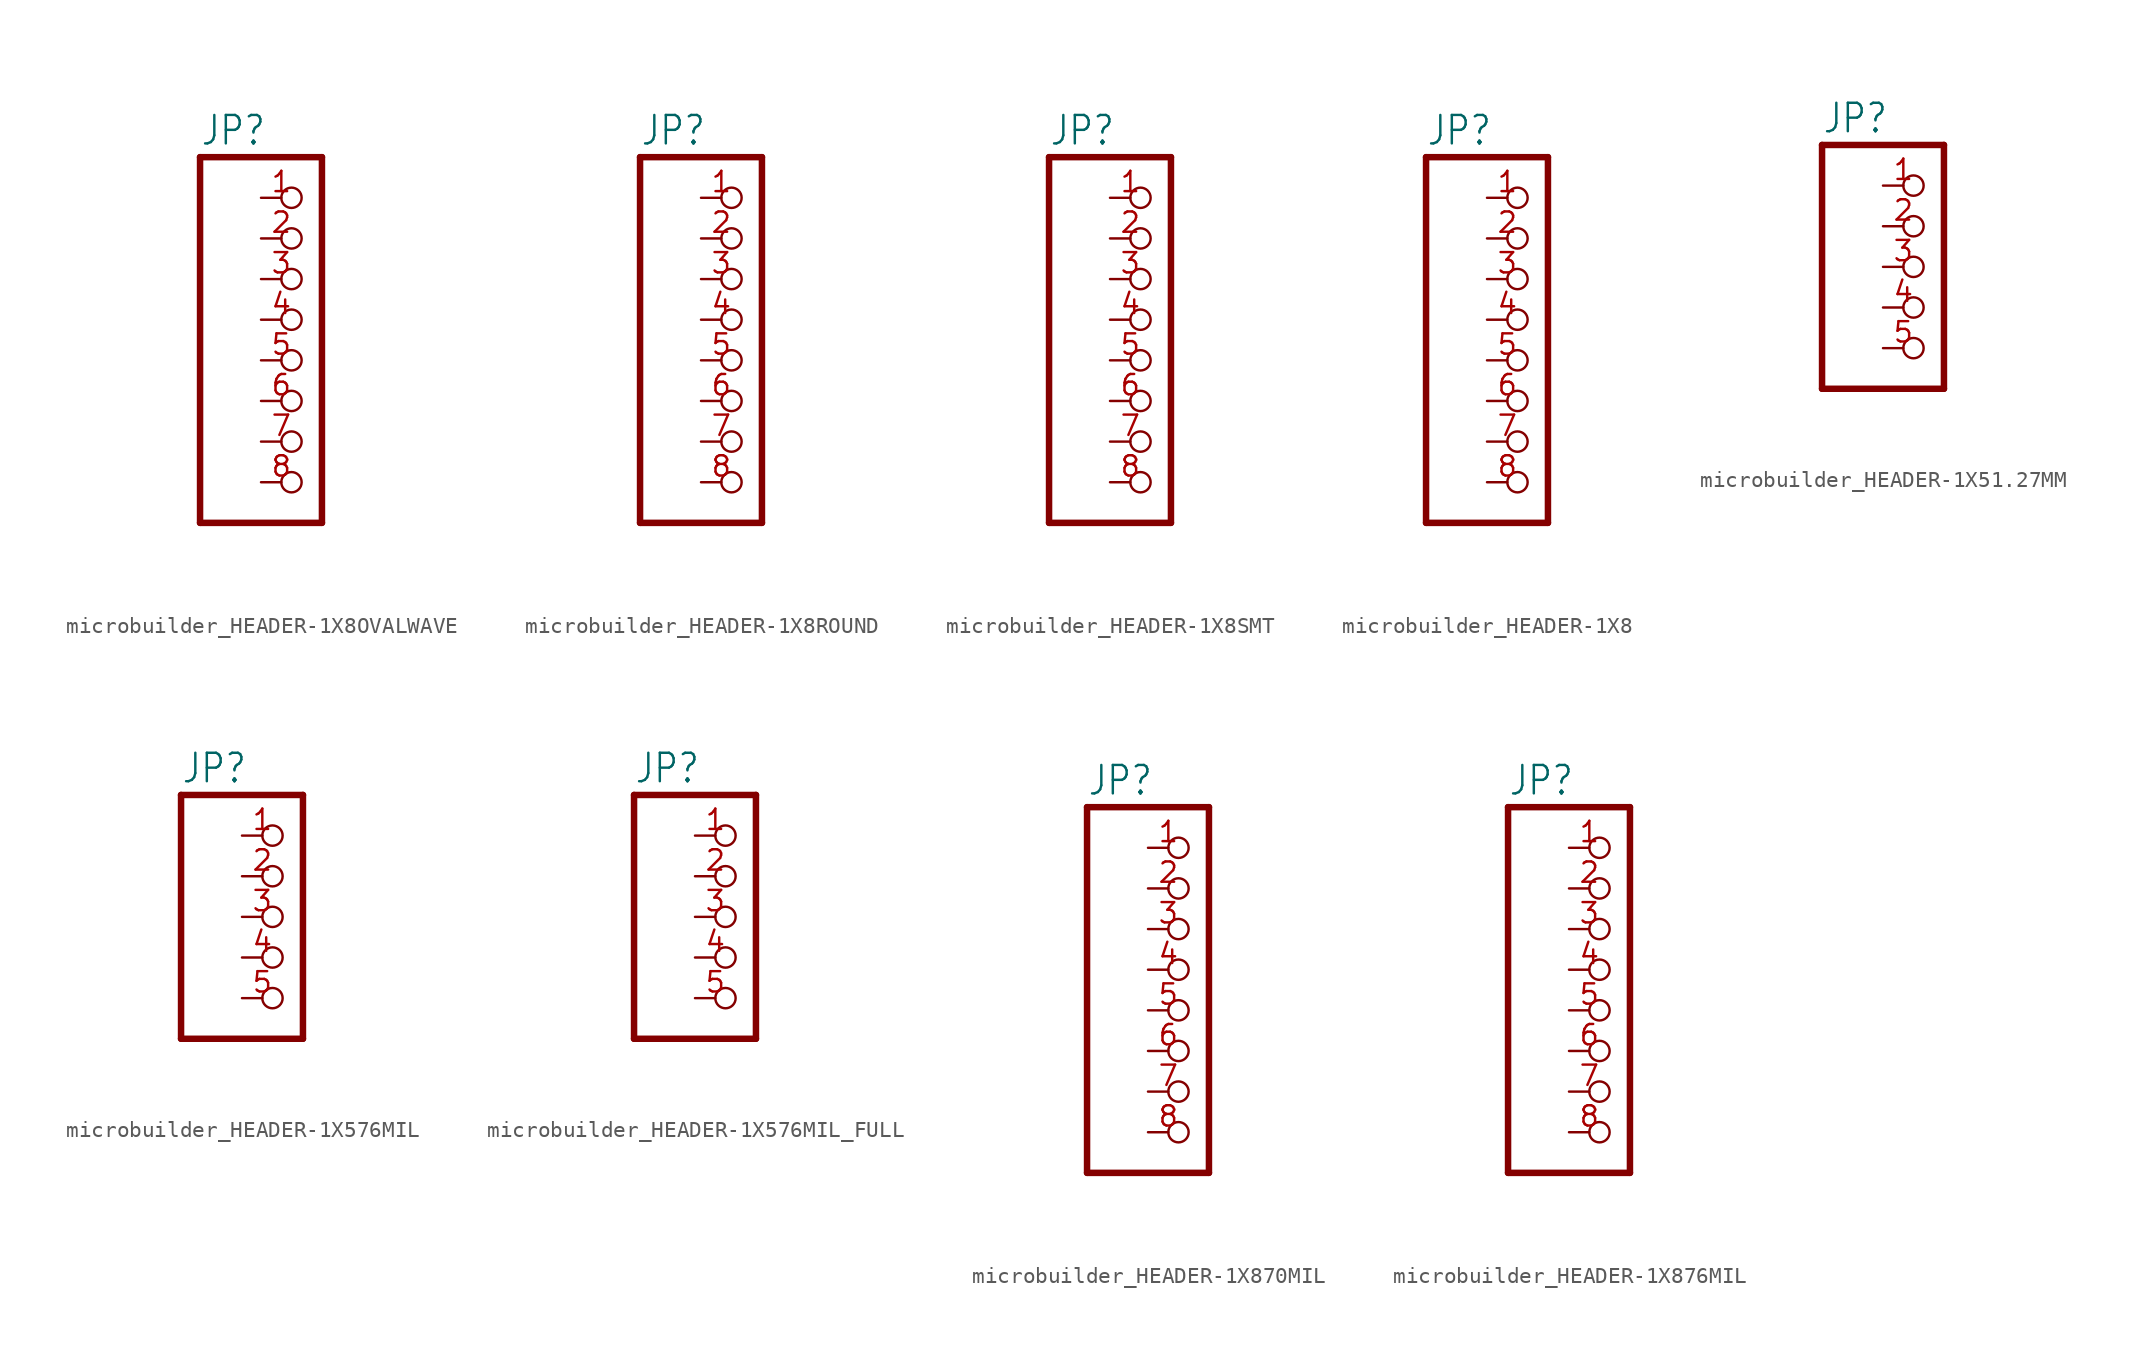
<source format=kicad_sym>
(kicad_symbol_lib
  (version 20220914)
  (generator kicad_symbol_editor)
  (symbol "microbuilder_HEADER-1X8OVALWAVE"
    (property "Reference" "JP"
      (at -6.35 13.335 0)
      (effects (font (size 1.778 1.511)) (justify left bottom)))
    (property "Value" ""
      (at -6.35 -12.7 0)
      (effects (font (size 1.778 1.511)) (justify left bottom)))
    (property "ki_locked" ""
      (at 0 0 0)
      (effects (font (size 1.27 1.27))))
    (symbol "microbuilder_HEADER-1X8OVALWAVE_1_0"
      (polyline (pts (xy -6.35 -10.16) (xy 1.27 -10.16)) (stroke (width 0.406) (type solid)) (fill (type none)))
      (polyline (pts (xy -6.35 12.7) (xy -6.35 -10.16)) (stroke (width 0.406) (type solid)) (fill (type none)))
      (polyline (pts (xy 1.27 -10.16) (xy 1.27 12.7)) (stroke (width 0.406) (type solid)) (fill (type none)))
      (polyline (pts (xy 1.27 12.7) (xy -6.35 12.7)) (stroke (width 0.406) (type solid)) (fill (type none)))
      (pin passive inverted (at -2.54 10.16 0) (length 2.54) (name "1" (effects (font (size 0 0)))) (number "1" (effects (font (size 1.27 1.27)))))
      (pin passive inverted (at -2.54 7.62 0) (length 2.54) (name "2" (effects (font (size 0 0)))) (number "2" (effects (font (size 1.27 1.27)))))
      (pin passive inverted (at -2.54 5.08 0) (length 2.54) (name "3" (effects (font (size 0 0)))) (number "3" (effects (font (size 1.27 1.27)))))
      (pin passive inverted (at -2.54 2.54 0) (length 2.54) (name "4" (effects (font (size 0 0)))) (number "4" (effects (font (size 1.27 1.27)))))
      (pin passive inverted (at -2.54 0 0) (length 2.54) (name "5" (effects (font (size 0 0)))) (number "5" (effects (font (size 1.27 1.27)))))
      (pin passive inverted (at -2.54 -2.54 0) (length 2.54) (name "6" (effects (font (size 0 0)))) (number "6" (effects (font (size 1.27 1.27)))))
      (pin passive inverted (at -2.54 -5.08 0) (length 2.54) (name "7" (effects (font (size 0 0)))) (number "7" (effects (font (size 1.27 1.27)))))
      (pin passive inverted (at -2.54 -7.62 0) (length 2.54) (name "8" (effects (font (size 0 0)))) (number "8" (effects (font (size 1.27 1.27)))))))
  (symbol "microbuilder_HEADER-1X8ROUND"
    (property "Reference" "JP"
      (at -6.35 13.335 0)
      (effects (font (size 1.778 1.511)) (justify left bottom)))
    (property "Value" ""
      (at -6.35 -12.7 0)
      (effects (font (size 1.778 1.511)) (justify left bottom)))
    (property "ki_locked" ""
      (at 0 0 0)
      (effects (font (size 1.27 1.27))))
    (symbol "microbuilder_HEADER-1X8ROUND_1_0"
      (polyline (pts (xy -6.35 -10.16) (xy 1.27 -10.16)) (stroke (width 0.406) (type solid)) (fill (type none)))
      (polyline (pts (xy -6.35 12.7) (xy -6.35 -10.16)) (stroke (width 0.406) (type solid)) (fill (type none)))
      (polyline (pts (xy 1.27 -10.16) (xy 1.27 12.7)) (stroke (width 0.406) (type solid)) (fill (type none)))
      (polyline (pts (xy 1.27 12.7) (xy -6.35 12.7)) (stroke (width 0.406) (type solid)) (fill (type none)))
      (pin passive inverted (at -2.54 10.16 0) (length 2.54) (name "1" (effects (font (size 0 0)))) (number "1" (effects (font (size 1.27 1.27)))))
      (pin passive inverted (at -2.54 7.62 0) (length 2.54) (name "2" (effects (font (size 0 0)))) (number "2" (effects (font (size 1.27 1.27)))))
      (pin passive inverted (at -2.54 5.08 0) (length 2.54) (name "3" (effects (font (size 0 0)))) (number "3" (effects (font (size 1.27 1.27)))))
      (pin passive inverted (at -2.54 2.54 0) (length 2.54) (name "4" (effects (font (size 0 0)))) (number "4" (effects (font (size 1.27 1.27)))))
      (pin passive inverted (at -2.54 0 0) (length 2.54) (name "5" (effects (font (size 0 0)))) (number "5" (effects (font (size 1.27 1.27)))))
      (pin passive inverted (at -2.54 -2.54 0) (length 2.54) (name "6" (effects (font (size 0 0)))) (number "6" (effects (font (size 1.27 1.27)))))
      (pin passive inverted (at -2.54 -5.08 0) (length 2.54) (name "7" (effects (font (size 0 0)))) (number "7" (effects (font (size 1.27 1.27)))))
      (pin passive inverted (at -2.54 -7.62 0) (length 2.54) (name "8" (effects (font (size 0 0)))) (number "8" (effects (font (size 1.27 1.27)))))))
  (symbol "microbuilder_HEADER-1X8SMT"
    (property "Reference" "JP"
      (at -6.35 13.335 0)
      (effects (font (size 1.778 1.511)) (justify left bottom)))
    (property "Value" ""
      (at -6.35 -12.7 0)
      (effects (font (size 1.778 1.511)) (justify left bottom)))
    (property "ki_locked" ""
      (at 0 0 0)
      (effects (font (size 1.27 1.27))))
    (symbol "microbuilder_HEADER-1X8SMT_1_0"
      (polyline (pts (xy -6.35 -10.16) (xy 1.27 -10.16)) (stroke (width 0.406) (type solid)) (fill (type none)))
      (polyline (pts (xy -6.35 12.7) (xy -6.35 -10.16)) (stroke (width 0.406) (type solid)) (fill (type none)))
      (polyline (pts (xy 1.27 -10.16) (xy 1.27 12.7)) (stroke (width 0.406) (type solid)) (fill (type none)))
      (polyline (pts (xy 1.27 12.7) (xy -6.35 12.7)) (stroke (width 0.406) (type solid)) (fill (type none)))
      (pin passive inverted (at -2.54 10.16 0) (length 2.54) (name "1" (effects (font (size 0 0)))) (number "1" (effects (font (size 1.27 1.27)))))
      (pin passive inverted (at -2.54 7.62 0) (length 2.54) (name "2" (effects (font (size 0 0)))) (number "2" (effects (font (size 1.27 1.27)))))
      (pin passive inverted (at -2.54 5.08 0) (length 2.54) (name "3" (effects (font (size 0 0)))) (number "3" (effects (font (size 1.27 1.27)))))
      (pin passive inverted (at -2.54 2.54 0) (length 2.54) (name "4" (effects (font (size 0 0)))) (number "4" (effects (font (size 1.27 1.27)))))
      (pin passive inverted (at -2.54 0 0) (length 2.54) (name "5" (effects (font (size 0 0)))) (number "5" (effects (font (size 1.27 1.27)))))
      (pin passive inverted (at -2.54 -2.54 0) (length 2.54) (name "6" (effects (font (size 0 0)))) (number "6" (effects (font (size 1.27 1.27)))))
      (pin passive inverted (at -2.54 -5.08 0) (length 2.54) (name "7" (effects (font (size 0 0)))) (number "7" (effects (font (size 1.27 1.27)))))
      (pin passive inverted (at -2.54 -7.62 0) (length 2.54) (name "8" (effects (font (size 0 0)))) (number "8" (effects (font (size 1.27 1.27)))))))
  (symbol "microbuilder_HEADER-1X8"
    (property "Reference" "JP"
      (at -6.35 13.335 0)
      (effects (font (size 1.778 1.511)) (justify left bottom)))
    (property "Value" ""
      (at -6.35 -12.7 0)
      (effects (font (size 1.778 1.511)) (justify left bottom)))
    (property "ki_locked" ""
      (at 0 0 0)
      (effects (font (size 1.27 1.27))))
    (symbol "microbuilder_HEADER-1X8_1_0"
      (polyline (pts (xy -6.35 -10.16) (xy 1.27 -10.16)) (stroke (width 0.406) (type solid)) (fill (type none)))
      (polyline (pts (xy -6.35 12.7) (xy -6.35 -10.16)) (stroke (width 0.406) (type solid)) (fill (type none)))
      (polyline (pts (xy 1.27 -10.16) (xy 1.27 12.7)) (stroke (width 0.406) (type solid)) (fill (type none)))
      (polyline (pts (xy 1.27 12.7) (xy -6.35 12.7)) (stroke (width 0.406) (type solid)) (fill (type none)))
      (pin passive inverted (at -2.54 10.16 0) (length 2.54) (name "1" (effects (font (size 0 0)))) (number "1" (effects (font (size 1.27 1.27)))))
      (pin passive inverted (at -2.54 7.62 0) (length 2.54) (name "2" (effects (font (size 0 0)))) (number "2" (effects (font (size 1.27 1.27)))))
      (pin passive inverted (at -2.54 5.08 0) (length 2.54) (name "3" (effects (font (size 0 0)))) (number "3" (effects (font (size 1.27 1.27)))))
      (pin passive inverted (at -2.54 2.54 0) (length 2.54) (name "4" (effects (font (size 0 0)))) (number "4" (effects (font (size 1.27 1.27)))))
      (pin passive inverted (at -2.54 0 0) (length 2.54) (name "5" (effects (font (size 0 0)))) (number "5" (effects (font (size 1.27 1.27)))))
      (pin passive inverted (at -2.54 -2.54 0) (length 2.54) (name "6" (effects (font (size 0 0)))) (number "6" (effects (font (size 1.27 1.27)))))
      (pin passive inverted (at -2.54 -5.08 0) (length 2.54) (name "7" (effects (font (size 0 0)))) (number "7" (effects (font (size 1.27 1.27)))))
      (pin passive inverted (at -2.54 -7.62 0) (length 2.54) (name "8" (effects (font (size 0 0)))) (number "8" (effects (font (size 1.27 1.27)))))))
  (symbol "microbuilder_HEADER-1X51.27MM"
    (property "Reference" "JP"
      (at -6.35 8.255 0)
      (effects (font (size 1.778 1.511)) (justify left bottom)))
    (property "Value" ""
      (at -6.35 -10.16 0)
      (effects (font (size 1.778 1.511)) (justify left bottom)))
    (property "ki_locked" ""
      (at 0 0 0)
      (effects (font (size 1.27 1.27))))
    (symbol "microbuilder_HEADER-1X51.27MM_1_0"
      (polyline (pts (xy -6.35 -7.62) (xy 1.27 -7.62)) (stroke (width 0.406) (type solid)) (fill (type none)))
      (polyline (pts (xy -6.35 7.62) (xy -6.35 -7.62)) (stroke (width 0.406) (type solid)) (fill (type none)))
      (polyline (pts (xy 1.27 -7.62) (xy 1.27 7.62)) (stroke (width 0.406) (type solid)) (fill (type none)))
      (polyline (pts (xy 1.27 7.62) (xy -6.35 7.62)) (stroke (width 0.406) (type solid)) (fill (type none)))
      (pin passive inverted (at -2.54 5.08 0) (length 2.54) (name "1" (effects (font (size 0 0)))) (number "1" (effects (font (size 1.27 1.27)))))
      (pin passive inverted (at -2.54 2.54 0) (length 2.54) (name "2" (effects (font (size 0 0)))) (number "2" (effects (font (size 1.27 1.27)))))
      (pin passive inverted (at -2.54 0 0) (length 2.54) (name "3" (effects (font (size 0 0)))) (number "3" (effects (font (size 1.27 1.27)))))
      (pin passive inverted (at -2.54 -2.54 0) (length 2.54) (name "4" (effects (font (size 0 0)))) (number "4" (effects (font (size 1.27 1.27)))))
      (pin passive inverted (at -2.54 -5.08 0) (length 2.54) (name "5" (effects (font (size 0 0)))) (number "5" (effects (font (size 1.27 1.27)))))))
  (symbol "microbuilder_HEADER-1X576MIL"
    (property "Reference" "JP"
      (at -6.35 8.255 0)
      (effects (font (size 1.778 1.511)) (justify left bottom)))
    (property "Value" ""
      (at -6.35 -10.16 0)
      (effects (font (size 1.778 1.511)) (justify left bottom)))
    (property "ki_locked" ""
      (at 0 0 0)
      (effects (font (size 1.27 1.27))))
    (symbol "microbuilder_HEADER-1X576MIL_1_0"
      (polyline (pts (xy -6.35 -7.62) (xy 1.27 -7.62)) (stroke (width 0.406) (type solid)) (fill (type none)))
      (polyline (pts (xy -6.35 7.62) (xy -6.35 -7.62)) (stroke (width 0.406) (type solid)) (fill (type none)))
      (polyline (pts (xy 1.27 -7.62) (xy 1.27 7.62)) (stroke (width 0.406) (type solid)) (fill (type none)))
      (polyline (pts (xy 1.27 7.62) (xy -6.35 7.62)) (stroke (width 0.406) (type solid)) (fill (type none)))
      (pin passive inverted (at -2.54 5.08 0) (length 2.54) (name "1" (effects (font (size 0 0)))) (number "1" (effects (font (size 1.27 1.27)))))
      (pin passive inverted (at -2.54 2.54 0) (length 2.54) (name "2" (effects (font (size 0 0)))) (number "2" (effects (font (size 1.27 1.27)))))
      (pin passive inverted (at -2.54 0 0) (length 2.54) (name "3" (effects (font (size 0 0)))) (number "3" (effects (font (size 1.27 1.27)))))
      (pin passive inverted (at -2.54 -2.54 0) (length 2.54) (name "4" (effects (font (size 0 0)))) (number "4" (effects (font (size 1.27 1.27)))))
      (pin passive inverted (at -2.54 -5.08 0) (length 2.54) (name "5" (effects (font (size 0 0)))) (number "5" (effects (font (size 1.27 1.27)))))))
  (symbol "microbuilder_HEADER-1X576MIL_FULL"
    (property "Reference" "JP"
      (at -6.35 8.255 0)
      (effects (font (size 1.778 1.511)) (justify left bottom)))
    (property "Value" ""
      (at -6.35 -10.16 0)
      (effects (font (size 1.778 1.511)) (justify left bottom)))
    (property "ki_locked" ""
      (at 0 0 0)
      (effects (font (size 1.27 1.27))))
    (symbol "microbuilder_HEADER-1X576MIL_FULL_1_0"
      (polyline (pts (xy -6.35 -7.62) (xy 1.27 -7.62)) (stroke (width 0.406) (type solid)) (fill (type none)))
      (polyline (pts (xy -6.35 7.62) (xy -6.35 -7.62)) (stroke (width 0.406) (type solid)) (fill (type none)))
      (polyline (pts (xy 1.27 -7.62) (xy 1.27 7.62)) (stroke (width 0.406) (type solid)) (fill (type none)))
      (polyline (pts (xy 1.27 7.62) (xy -6.35 7.62)) (stroke (width 0.406) (type solid)) (fill (type none)))
      (pin passive inverted (at -2.54 5.08 0) (length 2.54) (name "1" (effects (font (size 0 0)))) (number "1" (effects (font (size 1.27 1.27)))))
      (pin passive inverted (at -2.54 2.54 0) (length 2.54) (name "2" (effects (font (size 0 0)))) (number "2" (effects (font (size 1.27 1.27)))))
      (pin passive inverted (at -2.54 0 0) (length 2.54) (name "3" (effects (font (size 0 0)))) (number "3" (effects (font (size 1.27 1.27)))))
      (pin passive inverted (at -2.54 -2.54 0) (length 2.54) (name "4" (effects (font (size 0 0)))) (number "4" (effects (font (size 1.27 1.27)))))
      (pin passive inverted (at -2.54 -5.08 0) (length 2.54) (name "5" (effects (font (size 0 0)))) (number "5" (effects (font (size 1.27 1.27)))))))
  (symbol "microbuilder_HEADER-1X870MIL"
    (property "Reference" "JP"
      (at -6.35 13.335 0)
      (effects (font (size 1.778 1.511)) (justify left bottom)))
    (property "Value" ""
      (at -6.35 -12.7 0)
      (effects (font (size 1.778 1.511)) (justify left bottom)))
    (property "ki_locked" ""
      (at 0 0 0)
      (effects (font (size 1.27 1.27))))
    (symbol "microbuilder_HEADER-1X870MIL_1_0"
      (polyline (pts (xy -6.35 -10.16) (xy 1.27 -10.16)) (stroke (width 0.406) (type solid)) (fill (type none)))
      (polyline (pts (xy -6.35 12.7) (xy -6.35 -10.16)) (stroke (width 0.406) (type solid)) (fill (type none)))
      (polyline (pts (xy 1.27 -10.16) (xy 1.27 12.7)) (stroke (width 0.406) (type solid)) (fill (type none)))
      (polyline (pts (xy 1.27 12.7) (xy -6.35 12.7)) (stroke (width 0.406) (type solid)) (fill (type none)))
      (pin passive inverted (at -2.54 10.16 0) (length 2.54) (name "1" (effects (font (size 0 0)))) (number "1" (effects (font (size 1.27 1.27)))))
      (pin passive inverted (at -2.54 7.62 0) (length 2.54) (name "2" (effects (font (size 0 0)))) (number "2" (effects (font (size 1.27 1.27)))))
      (pin passive inverted (at -2.54 5.08 0) (length 2.54) (name "3" (effects (font (size 0 0)))) (number "3" (effects (font (size 1.27 1.27)))))
      (pin passive inverted (at -2.54 2.54 0) (length 2.54) (name "4" (effects (font (size 0 0)))) (number "4" (effects (font (size 1.27 1.27)))))
      (pin passive inverted (at -2.54 0 0) (length 2.54) (name "5" (effects (font (size 0 0)))) (number "5" (effects (font (size 1.27 1.27)))))
      (pin passive inverted (at -2.54 -2.54 0) (length 2.54) (name "6" (effects (font (size 0 0)))) (number "6" (effects (font (size 1.27 1.27)))))
      (pin passive inverted (at -2.54 -5.08 0) (length 2.54) (name "7" (effects (font (size 0 0)))) (number "7" (effects (font (size 1.27 1.27)))))
      (pin passive inverted (at -2.54 -7.62 0) (length 2.54) (name "8" (effects (font (size 0 0)))) (number "8" (effects (font (size 1.27 1.27)))))))
  (symbol "microbuilder_HEADER-1X876MIL"
    (property "Reference" "JP"
      (at -6.35 13.335 0)
      (effects (font (size 1.778 1.511)) (justify left bottom)))
    (property "Value" ""
      (at -6.35 -12.7 0)
      (effects (font (size 1.778 1.511)) (justify left bottom)))
    (property "ki_locked" ""
      (at 0 0 0)
      (effects (font (size 1.27 1.27))))
    (symbol "microbuilder_HEADER-1X876MIL_1_0"
      (polyline (pts (xy -6.35 -10.16) (xy 1.27 -10.16)) (stroke (width 0.406) (type solid)) (fill (type none)))
      (polyline (pts (xy -6.35 12.7) (xy -6.35 -10.16)) (stroke (width 0.406) (type solid)) (fill (type none)))
      (polyline (pts (xy 1.27 -10.16) (xy 1.27 12.7)) (stroke (width 0.406) (type solid)) (fill (type none)))
      (polyline (pts (xy 1.27 12.7) (xy -6.35 12.7)) (stroke (width 0.406) (type solid)) (fill (type none)))
      (pin passive inverted (at -2.54 10.16 0) (length 2.54) (name "1" (effects (font (size 0 0)))) (number "1" (effects (font (size 1.27 1.27)))))
      (pin passive inverted (at -2.54 7.62 0) (length 2.54) (name "2" (effects (font (size 0 0)))) (number "2" (effects (font (size 1.27 1.27)))))
      (pin passive inverted (at -2.54 5.08 0) (length 2.54) (name "3" (effects (font (size 0 0)))) (number "3" (effects (font (size 1.27 1.27)))))
      (pin passive inverted (at -2.54 2.54 0) (length 2.54) (name "4" (effects (font (size 0 0)))) (number "4" (effects (font (size 1.27 1.27)))))
      (pin passive inverted (at -2.54 0 0) (length 2.54) (name "5" (effects (font (size 0 0)))) (number "5" (effects (font (size 1.27 1.27)))))
      (pin passive inverted (at -2.54 -2.54 0) (length 2.54) (name "6" (effects (font (size 0 0)))) (number "6" (effects (font (size 1.27 1.27)))))
      (pin passive inverted (at -2.54 -5.08 0) (length 2.54) (name "7" (effects (font (size 0 0)))) (number "7" (effects (font (size 1.27 1.27)))))
      (pin passive inverted (at -2.54 -7.62 0) (length 2.54) (name "8" (effects (font (size 0 0)))) (number "8" (effects (font (size 1.27 1.27))))))))
</source>
